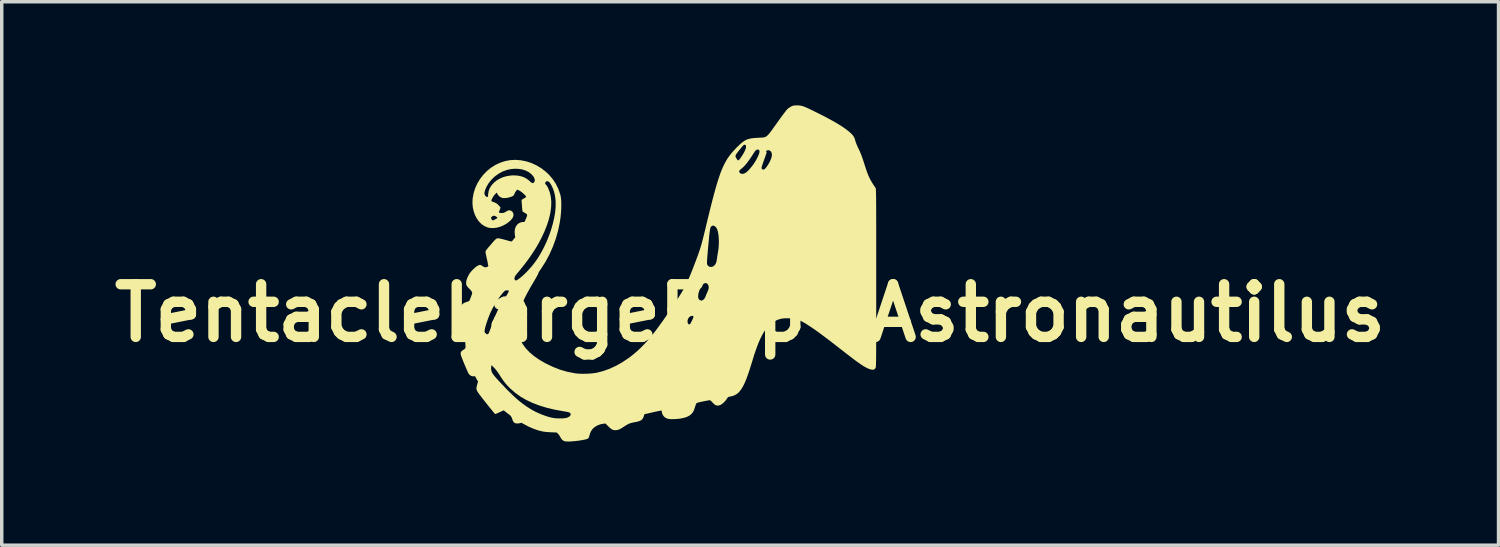
<source format=kicad_pcb>
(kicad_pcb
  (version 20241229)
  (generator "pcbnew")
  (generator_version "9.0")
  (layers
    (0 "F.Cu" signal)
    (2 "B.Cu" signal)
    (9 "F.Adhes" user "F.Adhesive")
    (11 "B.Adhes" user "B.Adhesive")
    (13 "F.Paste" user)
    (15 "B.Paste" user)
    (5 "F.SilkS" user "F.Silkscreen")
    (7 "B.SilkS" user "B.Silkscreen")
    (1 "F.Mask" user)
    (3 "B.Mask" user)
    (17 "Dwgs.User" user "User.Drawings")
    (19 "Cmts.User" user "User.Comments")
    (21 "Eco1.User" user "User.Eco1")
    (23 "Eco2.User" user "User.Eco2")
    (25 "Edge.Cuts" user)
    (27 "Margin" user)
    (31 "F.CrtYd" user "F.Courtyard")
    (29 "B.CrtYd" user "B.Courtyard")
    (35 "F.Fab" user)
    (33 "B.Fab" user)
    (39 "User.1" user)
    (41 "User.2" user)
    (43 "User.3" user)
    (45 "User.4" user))
  (footprint "TentacleLargeFlip-Astronautilus"
    (layer "F.Cu")
    (at 18.658 6.01)
    (property "Reference" "TentacleLargeFlip-Astronautilus" (at 0 0 0) (layer "F.SilkS") (effects (font (size 1.524 1.524) (thickness 0.3))))
    (attr board_only exclude_from_pos_files exclude_from_bom)
    (fp_poly (pts (xy 1.381 -6.01) (xy 1.419 -6.008) (xy 1.456 -6.003) (xy 1.493 -5.996) (xy 1.533 -5.985) (xy 1.578 -5.968) (xy 1.63 -5.946) (xy 1.693 -5.918) (xy 1.767 -5.882) (xy 1.857 -5.838) (xy 1.949 -5.792) (xy 2.112 -5.71) (xy 2.257 -5.634) (xy 2.385 -5.564) (xy 2.499 -5.499) (xy 2.6 -5.438) (xy 2.69 -5.38) (xy 2.77 -5.323) (xy 2.842 -5.267) (xy 2.898 -5.22) (xy 2.959 -5.16) (xy 3.002 -5.1) (xy 3.031 -5.036) (xy 3.044 -4.986) (xy 3.055 -4.948) (xy 3.075 -4.896) (xy 3.1 -4.836) (xy 3.131 -4.77) (xy 3.133 -4.765) (xy 3.157 -4.715) (xy 3.179 -4.669) (xy 3.198 -4.622) (xy 3.218 -4.573) (xy 3.238 -4.518) (xy 3.26 -4.455) (xy 3.285 -4.379) (xy 3.314 -4.289) (xy 3.341 -4.205) (xy 3.384 -4.078) (xy 3.429 -3.965) (xy 3.478 -3.863) (xy 3.535 -3.764) (xy 3.602 -3.662) (xy 3.63 -3.623) (xy 3.632 -3.62) (xy 3.634 -3.615) (xy 3.636 -3.607) (xy 3.637 -3.596) (xy 3.639 -3.581) (xy 3.64 -3.561) (xy 3.641 -3.536) (xy 3.642 -3.504) (xy 3.643 -3.465) (xy 3.644 -3.417) (xy 3.645 -3.361) (xy 3.646 -3.296) (xy 3.646 -3.22) (xy 3.647 -3.133) (xy 3.647 -3.034) (xy 3.648 -2.922) (xy 3.648 -2.796) (xy 3.648 -2.657) (xy 3.649 -2.502) (xy 3.649 -2.331) (xy 3.649 -2.144) (xy 3.649 -1.939) (xy 3.649 -1.715) (xy 3.649 -1.473) (xy 3.649 -1.211) (xy 3.649 -1.023) (xy 3.649 -0.747) (xy 3.649 -0.491) (xy 3.649 -0.255) (xy 3.649 -0.037) (xy 3.649 0.162) (xy 3.649 0.344) (xy 3.648 0.51) (xy 3.648 0.66) (xy 3.648 0.795) (xy 3.648 0.916) (xy 3.647 1.024) (xy 3.647 1.119) (xy 3.646 1.203) (xy 3.646 1.276) (xy 3.645 1.338) (xy 3.644 1.392) (xy 3.643 1.436) (xy 3.642 1.474) (xy 3.641 1.504) (xy 3.64 1.528) (xy 3.638 1.547) (xy 3.637 1.561) (xy 3.635 1.571) (xy 3.633 1.579) (xy 3.631 1.584) (xy 3.63 1.586) (xy 3.611 1.612) (xy 3.591 1.631) (xy 3.589 1.632) (xy 3.554 1.64) (xy 3.505 1.635) (xy 3.447 1.618) (xy 3.404 1.6) (xy 3.365 1.581) (xy 3.326 1.56) (xy 3.284 1.536) (xy 3.238 1.507) (xy 3.187 1.472) (xy 3.128 1.431) (xy 3.061 1.383) (xy 2.984 1.325) (xy 2.896 1.258) (xy 2.795 1.18) (xy 2.679 1.09) (xy 2.627 1.05) (xy 2.479 0.935) (xy 2.347 0.832) (xy 2.227 0.741) (xy 2.119 0.66) (xy 2.022 0.588) (xy 1.933 0.523) (xy 1.851 0.465) (xy 1.774 0.413) (xy 1.701 0.365) (xy 1.631 0.32) (xy 1.561 0.277) (xy 1.56 0.277) (xy 1.47 0.229) (xy 1.381 0.193) (xy 1.287 0.17) (xy 1.182 0.156) (xy 1.112 0.151) (xy 1.014 0.151) (xy 0.929 0.158) (xy 0.854 0.175) (xy 0.781 0.201) (xy 0.748 0.217) (xy 0.671 0.261) (xy 0.598 0.314) (xy 0.53 0.377) (xy 0.465 0.453) (xy 0.404 0.54) (xy 0.345 0.642) (xy 0.287 0.76) (xy 0.23 0.893) (xy 0.174 1.045) (xy 0.116 1.215) (xy 0.069 1.369) (xy 0.016 1.54) (xy -0.033 1.692) (xy -0.079 1.825) (xy -0.123 1.941) (xy -0.166 2.041) (xy -0.209 2.126) (xy -0.252 2.198) (xy -0.296 2.257) (xy -0.341 2.306) (xy -0.389 2.344) (xy -0.44 2.374) (xy -0.495 2.396) (xy -0.554 2.411) (xy -0.572 2.415) (xy -0.609 2.422) (xy -0.633 2.431) (xy -0.65 2.445) (xy -0.667 2.47) (xy -0.673 2.48) (xy -0.708 2.529) (xy -0.752 2.578) (xy -0.801 2.621) (xy -0.847 2.652) (xy -0.86 2.659) (xy -0.913 2.676) (xy -0.96 2.677) (xy -1.006 2.661) (xy -1.052 2.626) (xy -1.09 2.586) (xy -1.127 2.547) (xy -1.155 2.525) (xy -1.169 2.521) (xy -1.187 2.524) (xy -1.221 2.529) (xy -1.268 2.538) (xy -1.324 2.549) (xy -1.365 2.557) (xy -1.435 2.572) (xy -1.487 2.584) (xy -1.522 2.594) (xy -1.544 2.604) (xy -1.554 2.612) (xy -1.564 2.631) (xy -1.577 2.664) (xy -1.591 2.706) (xy -1.596 2.722) (xy -1.611 2.769) (xy -1.629 2.815) (xy -1.644 2.849) (xy -1.648 2.856) (xy -1.693 2.915) (xy -1.753 2.965) (xy -1.83 3.005) (xy -1.925 3.035) (xy -2.037 3.056) (xy -2.168 3.068) (xy -2.184 3.068) (xy -2.265 3.07) (xy -2.329 3.067) (xy -2.381 3.058) (xy -2.424 3.043) (xy -2.463 3.021) (xy -2.47 3.015) (xy -2.505 2.981) (xy -2.533 2.937) (xy -2.551 2.89) (xy -2.555 2.866) (xy -2.558 2.839) (xy -2.564 2.823) (xy -2.565 2.822) (xy -2.578 2.822) (xy -2.608 2.827) (xy -2.652 2.836) (xy -2.709 2.848) (xy -2.774 2.862) (xy -2.816 2.872) (xy -3.059 2.927) (xy -3.076 2.983) (xy -3.095 3.032) (xy -3.119 3.069) (xy -3.151 3.099) (xy -3.194 3.121) (xy -3.252 3.14) (xy -3.328 3.156) (xy -3.34 3.158) (xy -3.406 3.171) (xy -3.459 3.185) (xy -3.506 3.202) (xy -3.554 3.226) (xy -3.607 3.258) (xy -3.655 3.289) (xy -3.72 3.331) (xy -3.773 3.36) (xy -3.82 3.378) (xy -3.864 3.387) (xy -3.9 3.389) (xy -3.942 3.387) (xy -3.979 3.376) (xy -4.016 3.356) (xy -4.057 3.323) (xy -4.105 3.278) (xy -4.186 3.196) (xy -4.246 3.202) (xy -4.341 3.221) (xy -4.427 3.255) (xy -4.503 3.302) (xy -4.565 3.361) (xy -4.611 3.43) (xy -4.632 3.482) (xy -4.644 3.524) (xy -4.657 3.566) (xy -4.66 3.577) (xy -4.669 3.604) (xy -4.684 3.624) (xy -4.707 3.639) (xy -4.742 3.651) (xy -4.794 3.663) (xy -4.821 3.669) (xy -4.911 3.685) (xy -5.002 3.698) (xy -5.091 3.707) (xy -5.175 3.714) (xy -5.249 3.717) (xy -5.311 3.716) (xy -5.358 3.711) (xy -5.371 3.708) (xy -5.411 3.69) (xy -5.445 3.662) (xy -5.475 3.62) (xy -5.49 3.593) (xy -5.514 3.552) (xy -5.54 3.515) (xy -5.563 3.489) (xy -5.598 3.456) (xy -5.757 3.45) (xy -5.822 3.446) (xy -5.888 3.441) (xy -5.949 3.435) (xy -5.996 3.428) (xy -6.004 3.427) (xy -6.132 3.395) (xy -6.268 3.348) (xy -6.406 3.288) (xy -6.535 3.221) (xy -6.615 3.176) (xy -6.675 3.189) (xy -6.743 3.196) (xy -6.797 3.188) (xy -6.837 3.163) (xy -6.865 3.122) (xy -6.874 3.096) (xy -6.899 3.026) (xy -6.928 2.976) (xy -6.956 2.95) (xy -6.978 2.934) (xy -7.011 2.91) (xy -7.047 2.881) (xy -7.058 2.873) (xy -7.13 2.815) (xy -7.251 2.869) (xy -7.297 2.89) (xy -7.336 2.907) (xy -7.364 2.919) (xy -7.376 2.923) (xy -7.376 2.923) (xy -7.385 2.915) (xy -7.406 2.893) (xy -7.435 2.858) (xy -7.472 2.813) (xy -7.516 2.759) (xy -7.563 2.7) (xy -7.613 2.638) (xy -7.663 2.574) (xy -7.713 2.511) (xy -7.76 2.451) (xy -7.802 2.396) (xy -7.838 2.349) (xy -7.865 2.311) (xy -7.883 2.285) (xy -7.889 2.277) (xy -7.908 2.237) (xy -7.918 2.204) (xy -7.921 2.171) (xy -7.915 2.132) (xy -7.902 2.08) (xy -7.899 2.068) (xy -7.874 1.984) (xy -7.918 1.906) (xy -7.961 1.827) (xy -8.008 1.831) (xy -8.061 1.824) (xy -8.107 1.798) (xy -8.146 1.754) (xy -8.154 1.74) (xy -8.165 1.718) (xy -8.182 1.679) (xy -8.205 1.628) (xy -8.213 1.61) (xy -7.496 1.61) (xy -7.495 1.624) (xy -7.49 1.656) (xy -7.482 1.687) (xy -7.47 1.718) (xy -7.451 1.751) (xy -7.425 1.788) (xy -7.39 1.832) (xy -7.344 1.886) (xy -7.286 1.95) (xy -7.221 2.019) (xy -7.094 2.153) (xy -6.978 2.272) (xy -6.869 2.377) (xy -6.768 2.471) (xy -6.67 2.554) (xy -6.575 2.628) (xy -6.48 2.696) (xy -6.383 2.759) (xy -6.308 2.804) (xy -6.217 2.853) (xy -6.116 2.9) (xy -6.011 2.943) (xy -5.905 2.981) (xy -5.807 3.012) (xy -5.719 3.032) (xy -5.714 3.033) (xy -5.653 3.042) (xy -5.583 3.047) (xy -5.509 3.049) (xy -5.438 3.048) (xy -5.375 3.044) (xy -5.327 3.036) (xy -5.327 3.036) (xy -5.27 3.017) (xy -5.227 2.992) (xy -5.201 2.963) (xy -5.192 2.931) (xy -5.2 2.904) (xy -5.21 2.891) (xy -5.227 2.88) (xy -5.253 2.87) (xy -5.292 2.861) (xy -5.347 2.85) (xy -5.413 2.839) (xy -5.661 2.794) (xy -5.891 2.739) (xy -6.103 2.674) (xy -6.299 2.599) (xy -6.479 2.514) (xy -6.644 2.418) (xy -6.794 2.311) (xy -6.932 2.192) (xy -6.991 2.133) (xy -7.042 2.079) (xy -7.087 2.026) (xy -7.129 1.972) (xy -7.173 1.91) (xy -7.222 1.836) (xy -7.251 1.79) (xy -7.3 1.716) (xy -7.351 1.649) (xy -7.397 1.594) (xy -7.408 1.584) (xy -7.482 1.509) (xy -7.491 1.541) (xy -7.495 1.571) (xy -7.496 1.61) (xy -8.213 1.61) (xy -8.231 1.567) (xy -8.26 1.5) (xy -8.278 1.455) (xy -8.314 1.368) (xy -8.342 1.297) (xy -8.362 1.242) (xy -8.374 1.198) (xy -8.378 1.164) (xy -8.373 1.137) (xy -8.361 1.114) (xy -8.341 1.094) (xy -8.313 1.073) (xy -8.286 1.055) (xy -8.266 1.042) (xy -8.252 1.03) (xy -8.243 1.016) (xy -8.238 0.997) (xy -8.236 0.969) (xy -8.238 0.929) (xy -8.242 0.873) (xy -8.246 0.831) (xy -8.25 0.783) (xy -8.255 0.75) (xy -8.261 0.728) (xy -8.271 0.711) (xy -8.286 0.696) (xy -8.288 0.694) (xy -8.316 0.671) (xy -8.353 0.646) (xy -8.386 0.627) (xy -8.45 0.593) (xy -8.459 0.542) (xy -7.686 0.542) (xy -7.684 0.552) (xy -7.67 0.584) (xy -7.645 0.605) (xy -7.615 0.613) (xy -7.587 0.608) (xy -7.569 0.591) (xy -7.56 0.573) (xy -7.546 0.539) (xy -7.529 0.493) (xy -7.508 0.438) (xy -7.494 0.397) (xy -7.444 0.259) (xy -7.398 0.139) (xy -7.354 0.032) (xy -7.312 -0.063) (xy -7.268 -0.151) (xy -7.223 -0.233) (xy -7.175 -0.315) (xy -7.13 -0.384) (xy -7.083 -0.455) (xy -7.048 -0.512) (xy -7.021 -0.557) (xy -7.002 -0.592) (xy -6.99 -0.621) (xy -6.986 -0.633) (xy -6.983 -0.647) (xy -6.989 -0.654) (xy -7.008 -0.656) (xy -7.034 -0.657) (xy -7.065 -0.656) (xy -7.087 -0.65) (xy -7.107 -0.636) (xy -7.133 -0.61) (xy -7.136 -0.606) (xy -7.2 -0.531) (xy -7.268 -0.441) (xy -7.336 -0.34) (xy -7.401 -0.233) (xy -7.46 -0.125) (xy -7.51 -0.022) (xy -7.511 -0.02) (xy -7.546 0.062) (xy -7.579 0.146) (xy -7.609 0.231) (xy -7.636 0.312) (xy -7.658 0.386) (xy -7.674 0.451) (xy -7.683 0.504) (xy -7.686 0.542) (xy -8.459 0.542) (xy -8.463 0.522) (xy -8.48 0.37) (xy -8.478 0.217) (xy -8.457 0.067) (xy -8.419 -0.075) (xy -8.38 -0.172) (xy -8.349 -0.229) (xy -8.315 -0.269) (xy -8.271 -0.297) (xy -8.214 -0.318) (xy -8.176 -0.33) (xy -8.146 -0.342) (xy -8.129 -0.352) (xy -8.129 -0.352) (xy -8.12 -0.367) (xy -8.107 -0.397) (xy -8.09 -0.438) (xy -8.077 -0.473) (xy -8.06 -0.521) (xy -8.049 -0.553) (xy -8.045 -0.575) (xy -8.045 -0.592) (xy -8.05 -0.607) (xy -8.055 -0.618) (xy -8.072 -0.644) (xy -8.099 -0.677) (xy -8.129 -0.708) (xy -8.172 -0.751) (xy -8.199 -0.788) (xy -8.214 -0.824) (xy -8.218 -0.866) (xy -8.217 -0.898) (xy -8.211 -0.939) (xy -8.2 -0.978) (xy -8.196 -0.989) (xy -6.82 -0.989) (xy -6.809 -0.961) (xy -6.786 -0.945) (xy -6.773 -0.943) (xy -6.758 -0.948) (xy -6.733 -0.962) (xy -6.718 -0.972) (xy -6.645 -1.026) (xy -6.565 -1.096) (xy -6.481 -1.176) (xy -6.397 -1.265) (xy -6.315 -1.359) (xy -6.247 -1.444) (xy -6.147 -1.585) (xy -6.054 -1.738) (xy -5.968 -1.9) (xy -5.889 -2.069) (xy -5.819 -2.242) (xy -5.758 -2.417) (xy -5.708 -2.591) (xy -5.669 -2.761) (xy -5.642 -2.925) (xy -5.628 -3.081) (xy -5.628 -3.226) (xy -5.632 -3.286) (xy -5.648 -3.402) (xy -5.672 -3.504) (xy -5.704 -3.598) (xy -5.739 -3.675) (xy -5.771 -3.735) (xy -5.801 -3.777) (xy -5.829 -3.803) (xy -5.858 -3.814) (xy -5.874 -3.816) (xy -5.902 -3.808) (xy -5.922 -3.788) (xy -5.932 -3.762) (xy -5.929 -3.737) (xy -5.911 -3.718) (xy -5.897 -3.704) (xy -5.878 -3.676) (xy -5.857 -3.638) (xy -5.847 -3.62) (xy -5.798 -3.496) (xy -5.767 -3.362) (xy -5.754 -3.218) (xy -5.759 -3.064) (xy -5.781 -2.901) (xy -5.82 -2.729) (xy -5.878 -2.549) (xy -5.952 -2.36) (xy -6.044 -2.165) (xy -6.132 -2) (xy -6.207 -1.872) (xy -6.295 -1.735) (xy -6.392 -1.594) (xy -6.494 -1.454) (xy -6.599 -1.32) (xy -6.69 -1.209) (xy -6.727 -1.166) (xy -6.76 -1.125) (xy -6.786 -1.092) (xy -6.801 -1.069) (xy -6.803 -1.067) (xy -6.818 -1.026) (xy -6.82 -0.989) (xy -8.196 -0.989) (xy -8.182 -1.024) (xy -8.161 -1.069) (xy -8.134 -1.12) (xy -8.107 -1.162) (xy -8.076 -1.201) (xy -8.036 -1.244) (xy -8.019 -1.261) (xy -7.966 -1.311) (xy -7.923 -1.347) (xy -7.883 -1.372) (xy -7.845 -1.388) (xy -7.827 -1.393) (xy -7.806 -1.394) (xy -7.782 -1.384) (xy -7.75 -1.362) (xy -7.699 -1.332) (xy -7.652 -1.324) (xy -7.608 -1.336) (xy -7.6 -1.341) (xy -7.582 -1.358) (xy -7.573 -1.375) (xy -7.577 -1.386) (xy -7.583 -1.388) (xy -7.589 -1.396) (xy -7.588 -1.406) (xy -7.589 -1.423) (xy -7.594 -1.455) (xy -7.603 -1.501) (xy -7.614 -1.554) (xy -7.621 -1.581) (xy -7.634 -1.638) (xy -7.645 -1.691) (xy -7.653 -1.733) (xy -7.658 -1.762) (xy -7.658 -1.769) (xy -7.657 -1.78) (xy -7.654 -1.791) (xy -7.647 -1.805) (xy -7.635 -1.824) (xy -7.616 -1.849) (xy -7.589 -1.883) (xy -7.551 -1.927) (xy -7.503 -1.983) (xy -7.449 -2.046) (xy -7.4 -2.101) (xy -7.361 -2.138) (xy -7.332 -2.158) (xy -7.326 -2.16) (xy -7.309 -2.164) (xy -7.287 -2.163) (xy -7.256 -2.16) (xy -7.215 -2.151) (xy -7.161 -2.138) (xy -7.093 -2.12) (xy -7.007 -2.096) (xy -6.975 -2.087) (xy -6.934 -2.077) (xy -6.909 -2.073) (xy -6.895 -2.076) (xy -6.89 -2.08) (xy -6.878 -2.095) (xy -6.857 -2.12) (xy -6.839 -2.143) (xy -6.798 -2.192) (xy -6.81 -2.275) (xy -6.815 -2.362) (xy -6.804 -2.44) (xy -6.778 -2.508) (xy -6.738 -2.563) (xy -6.686 -2.604) (xy -6.623 -2.629) (xy -6.583 -2.635) (xy -6.526 -2.64) (xy -6.493 -2.718) (xy -6.471 -2.771) (xy -6.458 -2.809) (xy -6.454 -2.836) (xy -6.46 -2.855) (xy -6.476 -2.872) (xy -6.502 -2.889) (xy -6.516 -2.897) (xy -6.549 -2.917) (xy -6.574 -2.932) (xy -6.586 -2.94) (xy -6.586 -2.94) (xy -6.589 -2.951) (xy -6.592 -2.979) (xy -6.596 -3.019) (xy -6.6 -3.067) (xy -6.604 -3.118) (xy -6.608 -3.169) (xy -6.611 -3.214) (xy -6.613 -3.25) (xy -6.613 -3.271) (xy -6.613 -3.275) (xy -6.602 -3.284) (xy -6.578 -3.299) (xy -6.546 -3.317) (xy -6.546 -3.317) (xy -6.514 -3.337) (xy -6.491 -3.354) (xy -6.482 -3.366) (xy -6.482 -3.366) (xy -6.49 -3.384) (xy -6.512 -3.41) (xy -6.543 -3.441) (xy -6.58 -3.474) (xy -6.618 -3.505) (xy -6.654 -3.53) (xy -6.677 -3.543) (xy -6.74 -3.574) (xy -6.77 -3.538) (xy -6.792 -3.506) (xy -6.814 -3.467) (xy -6.822 -3.448) (xy -6.835 -3.419) (xy -6.848 -3.401) (xy -6.867 -3.387) (xy -6.897 -3.373) (xy -6.92 -3.364) (xy -6.985 -3.344) (xy -7.053 -3.331) (xy -7.117 -3.327) (xy -7.17 -3.332) (xy -7.186 -3.336) (xy -7.232 -3.359) (xy -7.275 -3.394) (xy -7.307 -3.435) (xy -7.316 -3.452) (xy -7.331 -3.488) (xy -7.379 -3.441) (xy -7.407 -3.409) (xy -7.435 -3.369) (xy -7.46 -3.326) (xy -7.479 -3.287) (xy -7.488 -3.257) (xy -7.489 -3.251) (xy -7.48 -3.237) (xy -7.453 -3.222) (xy -7.433 -3.215) (xy -7.394 -3.201) (xy -7.358 -3.184) (xy -7.344 -3.177) (xy -7.321 -3.16) (xy -7.294 -3.135) (xy -7.266 -3.107) (xy -7.242 -3.08) (xy -7.227 -3.06) (xy -7.224 -3.053) (xy -7.228 -3.039) (xy -7.237 -3.011) (xy -7.249 -2.981) (xy -7.262 -2.947) (xy -7.269 -2.922) (xy -7.27 -2.911) (xy -7.258 -2.905) (xy -7.232 -2.899) (xy -7.217 -2.896) (xy -7.152 -2.896) (xy -7.091 -2.917) (xy -7.049 -2.945) (xy -7.004 -2.969) (xy -6.958 -2.974) (xy -6.915 -2.96) (xy -6.878 -2.928) (xy -6.859 -2.897) (xy -6.846 -2.847) (xy -6.855 -2.794) (xy -6.884 -2.738) (xy -6.934 -2.68) (xy -6.948 -2.667) (xy -7.037 -2.596) (xy -7.133 -2.54) (xy -7.235 -2.497) (xy -7.338 -2.47) (xy -7.439 -2.459) (xy -7.536 -2.464) (xy -7.597 -2.478) (xy -7.688 -2.517) (xy -7.772 -2.574) (xy -7.845 -2.647) (xy -7.908 -2.734) (xy -7.917 -2.751) (xy -7.499 -2.751) (xy -7.493 -2.734) (xy -7.479 -2.711) (xy -7.463 -2.691) (xy -7.45 -2.68) (xy -7.448 -2.68) (xy -7.436 -2.684) (xy -7.41 -2.696) (xy -7.377 -2.712) (xy -7.345 -2.73) (xy -7.322 -2.746) (xy -7.314 -2.757) (xy -7.323 -2.772) (xy -7.345 -2.79) (xy -7.374 -2.806) (xy -7.404 -2.816) (xy -7.417 -2.818) (xy -7.444 -2.81) (xy -7.472 -2.792) (xy -7.493 -2.769) (xy -7.499 -2.751) (xy -7.917 -2.751) (xy -7.96 -2.832) (xy -7.999 -2.941) (xy -8.025 -3.057) (xy -8.036 -3.179) (xy -8.031 -3.306) (xy -8.03 -3.313) (xy -8.003 -3.464) (xy -8.001 -3.471) (xy -7.69 -3.471) (xy -7.682 -3.429) (xy -7.663 -3.393) (xy -7.635 -3.367) (xy -7.604 -3.358) (xy -7.595 -3.362) (xy -7.589 -3.375) (xy -7.585 -3.403) (xy -7.582 -3.441) (xy -7.566 -3.534) (xy -7.532 -3.621) (xy -7.48 -3.702) (xy -7.412 -3.776) (xy -7.331 -3.841) (xy -7.238 -3.895) (xy -7.135 -3.938) (xy -7.023 -3.967) (xy -6.905 -3.983) (xy -6.843 -3.985) (xy -6.718 -3.977) (xy -6.607 -3.953) (xy -6.509 -3.913) (xy -6.423 -3.857) (xy -6.383 -3.821) (xy -6.343 -3.785) (xy -6.311 -3.765) (xy -6.286 -3.762) (xy -6.263 -3.774) (xy -6.249 -3.789) (xy -6.232 -3.827) (xy -6.234 -3.872) (xy -6.256 -3.925) (xy -6.276 -3.958) (xy -6.336 -4.025) (xy -6.41 -4.081) (xy -6.497 -4.125) (xy -6.594 -4.156) (xy -6.699 -4.173) (xy -6.809 -4.177) (xy -6.922 -4.167) (xy -7.034 -4.143) (xy -7.144 -4.104) (xy -7.166 -4.095) (xy -7.282 -4.031) (xy -7.389 -3.953) (xy -7.483 -3.863) (xy -7.564 -3.764) (xy -7.628 -3.657) (xy -7.664 -3.573) (xy -7.677 -3.532) (xy -7.686 -3.496) (xy -7.69 -3.471) (xy -8.001 -3.471) (xy -7.958 -3.611) (xy -7.895 -3.75) (xy -7.816 -3.881) (xy -7.723 -4.001) (xy -7.617 -4.11) (xy -7.499 -4.206) (xy -7.371 -4.287) (xy -7.235 -4.351) (xy -7.092 -4.398) (xy -6.944 -4.426) (xy -6.943 -4.426) (xy -6.787 -4.434) (xy -6.629 -4.421) (xy -6.473 -4.389) (xy -6.321 -4.339) (xy -6.174 -4.27) (xy -6.034 -4.185) (xy -5.904 -4.083) (xy -5.819 -4.002) (xy -5.711 -3.874) (xy -5.62 -3.736) (xy -5.548 -3.588) (xy -5.494 -3.428) (xy -5.487 -3.402) (xy -5.474 -3.332) (xy -5.467 -3.244) (xy -5.464 -3.143) (xy -5.466 -3.031) (xy -5.473 -2.911) (xy -5.485 -2.787) (xy -5.502 -2.662) (xy -5.509 -2.62) (xy -5.557 -2.387) (xy -5.623 -2.155) (xy -5.706 -1.926) (xy -5.804 -1.704) (xy -5.917 -1.492) (xy -6.042 -1.295) (xy -6.07 -1.254) (xy -6.096 -1.216) (xy -6.117 -1.182) (xy -6.129 -1.157) (xy -6.13 -1.148) (xy -6.135 -1.134) (xy -6.15 -1.104) (xy -6.173 -1.062) (xy -6.202 -1.009) (xy -6.237 -0.95) (xy -6.269 -0.895) (xy -6.37 -0.724) (xy -6.456 -0.567) (xy -6.53 -0.421) (xy -6.591 -0.287) (xy -6.641 -0.16) (xy -6.679 -0.041) (xy -6.707 0.073) (xy -6.725 0.184) (xy -6.734 0.293) (xy -6.734 0.402) (xy -6.734 0.406) (xy -6.73 0.477) (xy -6.724 0.535) (xy -6.714 0.586) (xy -6.701 0.638) (xy -6.7 0.641) (xy -6.65 0.773) (xy -6.58 0.9) (xy -6.491 1.021) (xy -6.382 1.136) (xy -6.252 1.245) (xy -6.103 1.349) (xy -5.935 1.447) (xy -5.719 1.552) (xy -5.503 1.637) (xy -5.286 1.7) (xy -5.068 1.742) (xy -5.063 1.743) (xy -4.97 1.753) (xy -4.864 1.757) (xy -4.752 1.756) (xy -4.64 1.751) (xy -4.535 1.741) (xy -4.443 1.727) (xy -4.443 1.727) (xy -4.258 1.68) (xy -4.07 1.613) (xy -3.883 1.527) (xy -3.699 1.423) (xy -3.519 1.303) (xy -3.469 1.266) (xy -3.367 1.185) (xy -3.268 1.1) (xy -3.17 1.009) (xy -3.074 0.911) (xy -2.976 0.805) (xy -2.876 0.688) (xy -2.773 0.56) (xy -2.666 0.418) (xy -2.553 0.262) (xy -2.542 0.248) (xy -1.813 0.248) (xy -1.803 0.29) (xy -1.795 0.305) (xy -1.777 0.324) (xy -1.761 0.33) (xy -1.743 0.32) (xy -1.723 0.294) (xy -1.699 0.25) (xy -1.683 0.216) (xy -1.658 0.163) (xy -1.644 0.125) (xy -1.64 0.101) (xy -1.647 0.088) (xy -1.664 0.082) (xy -1.69 0.082) (xy -1.73 0.092) (xy -1.764 0.119) (xy -1.791 0.157) (xy -1.808 0.202) (xy -1.813 0.248) (xy -2.542 0.248) (xy -2.433 0.091) (xy -2.304 -0.099) (xy -2.302 -0.103) (xy -2.216 -0.23) (xy -2.142 -0.343) (xy -2.077 -0.443) (xy -2.043 -0.497) (xy -1.504 -0.497) (xy -1.502 -0.448) (xy -1.492 -0.414) (xy -1.475 -0.391) (xy -1.454 -0.377) (xy -1.423 -0.363) (xy -1.397 -0.363) (xy -1.367 -0.376) (xy -1.333 -0.404) (xy -1.303 -0.45) (xy -1.281 -0.503) (xy -1.27 -0.534) (xy -1.252 -0.575) (xy -1.233 -0.618) (xy -1.232 -0.619) (xy -1.205 -0.69) (xy -1.197 -0.751) (xy -1.208 -0.803) (xy -1.237 -0.846) (xy -1.248 -0.855) (xy -1.279 -0.868) (xy -1.315 -0.864) (xy -1.351 -0.845) (xy -1.352 -0.843) (xy -1.391 -0.801) (xy -1.427 -0.744) (xy -1.459 -0.678) (xy -1.485 -0.608) (xy -1.5 -0.542) (xy -1.504 -0.497) (xy -2.043 -0.497) (xy -2.02 -0.533) (xy -1.97 -0.616) (xy -1.925 -0.693) (xy -1.885 -0.767) (xy -1.847 -0.841) (xy -1.811 -0.917) (xy -1.776 -0.998) (xy -1.739 -1.085) (xy -1.7 -1.182) (xy -1.657 -1.29) (xy -1.644 -1.324) (xy -1.594 -1.454) (xy -1.59 -1.464) (xy -1.248 -1.464) (xy -1.248 -1.438) (xy -1.246 -1.419) (xy -1.242 -1.405) (xy -1.238 -1.395) (xy -1.209 -1.359) (xy -1.169 -1.339) (xy -1.122 -1.335) (xy -1.074 -1.348) (xy -1.07 -1.35) (xy -1.027 -1.383) (xy -0.995 -1.431) (xy -0.972 -1.496) (xy -0.959 -1.578) (xy -0.954 -1.619) (xy -0.946 -1.673) (xy -0.936 -1.73) (xy -0.931 -1.758) (xy -0.916 -1.859) (xy -0.907 -1.965) (xy -0.904 -2.071) (xy -0.908 -2.174) (xy -0.917 -2.269) (xy -0.932 -2.352) (xy -0.952 -2.42) (xy -0.955 -2.428) (xy -0.982 -2.475) (xy -1.015 -2.509) (xy -1.051 -2.528) (xy -1.087 -2.53) (xy -1.113 -2.518) (xy -1.125 -2.508) (xy -1.134 -2.496) (xy -1.143 -2.48) (xy -1.151 -2.458) (xy -1.158 -2.429) (xy -1.165 -2.389) (xy -1.172 -2.338) (xy -1.18 -2.273) (xy -1.188 -2.193) (xy -1.197 -2.096) (xy -1.208 -1.983) (xy -1.219 -1.86) (xy -1.228 -1.756) (xy -1.236 -1.67) (xy -1.241 -1.599) (xy -1.245 -1.542) (xy -1.248 -1.498) (xy -1.248 -1.464) (xy -1.59 -1.464) (xy -1.551 -1.567) (xy -1.514 -1.668) (xy -1.481 -1.761) (xy -1.452 -1.848) (xy -1.425 -1.934) (xy -1.4 -2.021) (xy -1.375 -2.115) (xy -1.349 -2.217) (xy -1.321 -2.333) (xy -1.303 -2.405) (xy -1.246 -2.645) (xy -1.192 -2.866) (xy -1.142 -3.069) (xy -1.095 -3.254) (xy -1.05 -3.423) (xy -1.008 -3.577) (xy -0.968 -3.717) (xy -0.929 -3.843) (xy -0.891 -3.959) (xy -0.854 -4.063) (xy -0.836 -4.108) (xy -0.317 -4.108) (xy -0.314 -4.081) (xy -0.305 -4.065) (xy -0.27 -4.036) (xy -0.227 -4.027) (xy -0.176 -4.037) (xy -0.152 -4.047) (xy -0.112 -4.073) (xy -0.064 -4.115) (xy -0.012 -4.17) (xy 0.016 -4.204) (xy 0.332 -4.204) (xy 0.333 -4.191) (xy 0.336 -4.182) (xy 0.337 -4.179) (xy 0.356 -4.157) (xy 0.384 -4.152) (xy 0.415 -4.164) (xy 0.441 -4.187) (xy 0.485 -4.241) (xy 0.529 -4.309) (xy 0.57 -4.383) (xy 0.602 -4.457) (xy 0.624 -4.524) (xy 0.625 -4.53) (xy 0.631 -4.586) (xy 0.622 -4.635) (xy 0.601 -4.675) (xy 0.57 -4.703) (xy 0.53 -4.713) (xy 0.527 -4.714) (xy 0.5 -4.709) (xy 0.477 -4.698) (xy 0.463 -4.685) (xy 0.461 -4.672) (xy 0.469 -4.665) (xy 0.475 -4.66) (xy 0.476 -4.648) (xy 0.472 -4.627) (xy 0.461 -4.592) (xy 0.443 -4.541) (xy 0.443 -4.541) (xy 0.41 -4.45) (xy 0.384 -4.377) (xy 0.364 -4.32) (xy 0.35 -4.277) (xy 0.34 -4.244) (xy 0.334 -4.22) (xy 0.332 -4.204) (xy 0.016 -4.204) (xy 0.041 -4.233) (xy 0.093 -4.302) (xy 0.141 -4.374) (xy 0.182 -4.444) (xy 0.184 -4.448) (xy 0.224 -4.529) (xy 0.253 -4.595) (xy 0.268 -4.646) (xy 0.272 -4.684) (xy 0.264 -4.711) (xy 0.245 -4.727) (xy 0.24 -4.729) (xy 0.205 -4.732) (xy 0.17 -4.715) (xy 0.136 -4.678) (xy 0.122 -4.657) (xy 0.051 -4.547) (xy -0.011 -4.453) (xy -0.068 -4.375) (xy -0.119 -4.31) (xy -0.167 -4.255) (xy -0.213 -4.21) (xy -0.258 -4.173) (xy -0.265 -4.168) (xy -0.301 -4.136) (xy -0.317 -4.108) (xy -0.836 -4.108) (xy -0.817 -4.158) (xy -0.779 -4.244) (xy -0.74 -4.323) (xy -0.701 -4.396) (xy -0.66 -4.464) (xy -0.616 -4.528) (xy -0.607 -4.541) (xy -0.424 -4.541) (xy -0.419 -4.519) (xy -0.408 -4.495) (xy -0.391 -4.468) (xy -0.371 -4.438) (xy -0.359 -4.423) (xy -0.348 -4.419) (xy -0.336 -4.424) (xy -0.328 -4.428) (xy -0.313 -4.442) (xy -0.29 -4.471) (xy -0.262 -4.51) (xy -0.232 -4.556) (xy -0.202 -4.604) (xy -0.175 -4.651) (xy -0.162 -4.676) (xy -0.135 -4.736) (xy -0.121 -4.784) (xy -0.119 -4.825) (xy -0.122 -4.841) (xy -0.131 -4.864) (xy -0.149 -4.872) (xy -0.154 -4.872) (xy -0.167 -4.871) (xy -0.179 -4.867) (xy -0.193 -4.857) (xy -0.211 -4.839) (xy -0.236 -4.811) (xy -0.269 -4.77) (xy -0.302 -4.729) (xy -0.349 -4.671) (xy -0.384 -4.626) (xy -0.407 -4.591) (xy -0.42 -4.564) (xy -0.424 -4.541) (xy -0.607 -4.541) (xy -0.57 -4.589) (xy -0.521 -4.649) (xy -0.469 -4.707) (xy -0.413 -4.767) (xy -0.367 -4.813) (xy -0.294 -4.884) (xy -0.23 -4.939) (xy -0.169 -4.983) (xy -0.109 -5.015) (xy -0.044 -5.039) (xy 0.029 -5.055) (xy 0.115 -5.065) (xy 0.217 -5.072) (xy 0.231 -5.073) (xy 0.288 -5.076) (xy 0.336 -5.078) (xy 0.376 -5.081) (xy 0.411 -5.088) (xy 0.442 -5.098) (xy 0.471 -5.114) (xy 0.5 -5.138) (xy 0.531 -5.169) (xy 0.566 -5.211) (xy 0.606 -5.264) (xy 0.654 -5.33) (xy 0.711 -5.41) (xy 0.768 -5.489) (xy 0.824 -5.568) (xy 0.879 -5.644) (xy 0.93 -5.713) (xy 0.976 -5.775) (xy 1.015 -5.826) (xy 1.045 -5.865) (xy 1.065 -5.89) (xy 1.07 -5.895) (xy 1.106 -5.926) (xy 1.151 -5.957) (xy 1.185 -5.977) (xy 1.223 -5.994) (xy 1.256 -6.004) (xy 1.292 -6.009) (xy 1.338 -6.01)) (stroke (width 0) (type solid)) (fill yes) (layer "F.SilkS")))
  (gr_rect
    (start -3 -3)
    (end 40.316 12.727)
    (stroke (width 0.1) (type default))
    (fill no)
    (layer "Edge.Cuts")))
</source>
